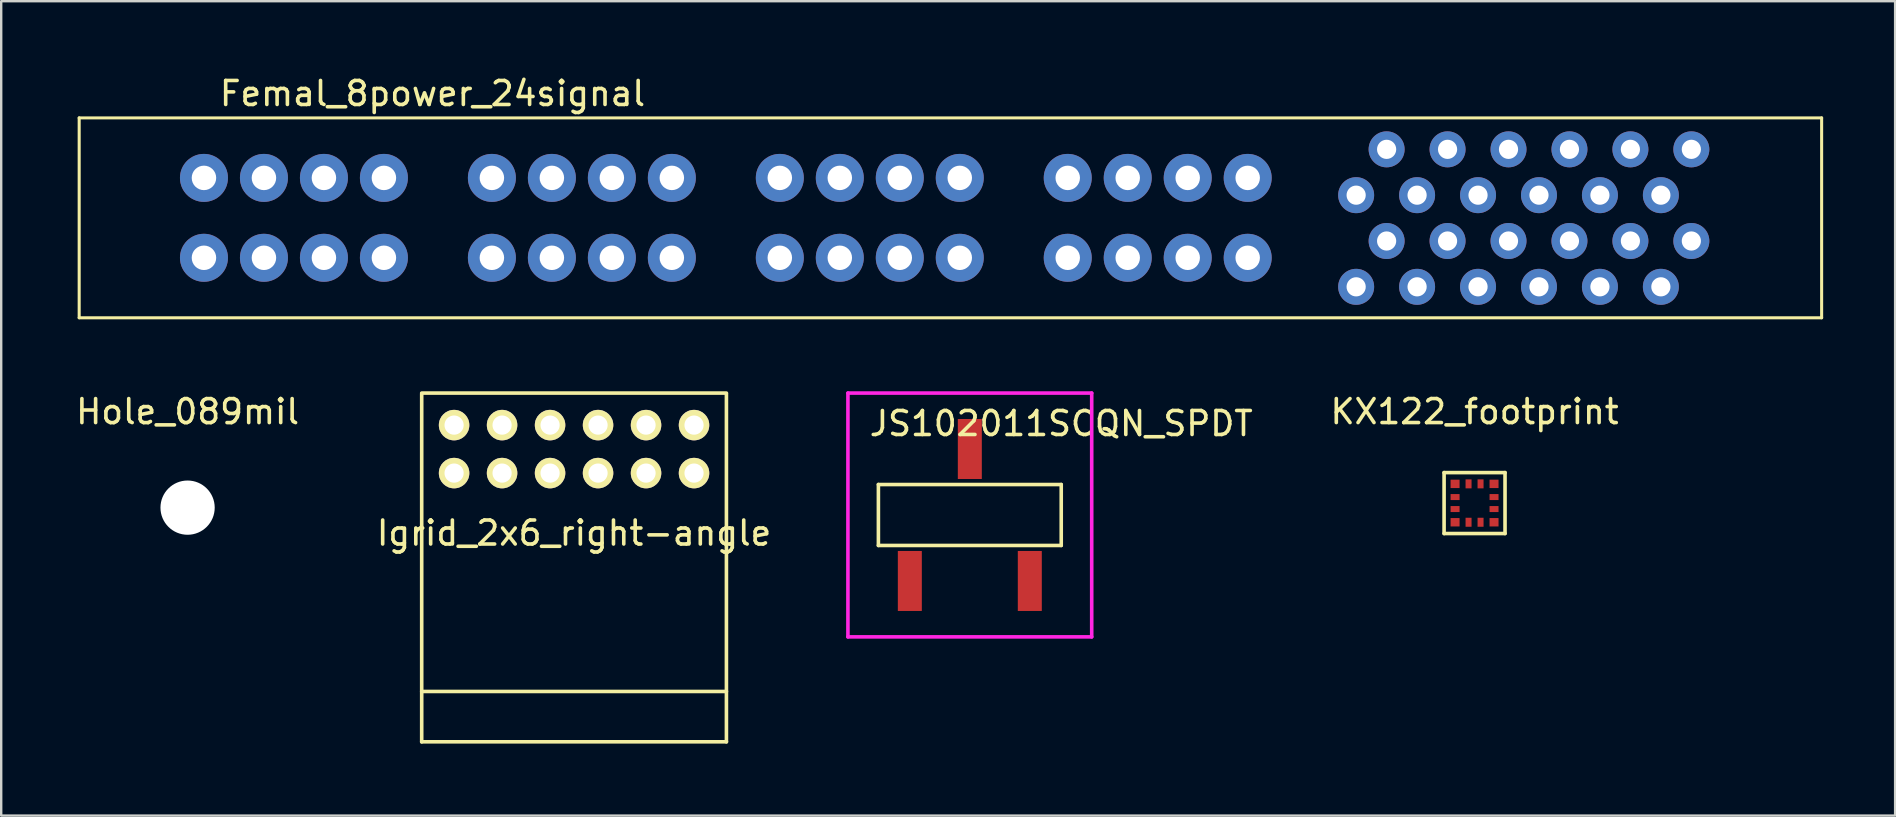
<source format=kicad_pcb>
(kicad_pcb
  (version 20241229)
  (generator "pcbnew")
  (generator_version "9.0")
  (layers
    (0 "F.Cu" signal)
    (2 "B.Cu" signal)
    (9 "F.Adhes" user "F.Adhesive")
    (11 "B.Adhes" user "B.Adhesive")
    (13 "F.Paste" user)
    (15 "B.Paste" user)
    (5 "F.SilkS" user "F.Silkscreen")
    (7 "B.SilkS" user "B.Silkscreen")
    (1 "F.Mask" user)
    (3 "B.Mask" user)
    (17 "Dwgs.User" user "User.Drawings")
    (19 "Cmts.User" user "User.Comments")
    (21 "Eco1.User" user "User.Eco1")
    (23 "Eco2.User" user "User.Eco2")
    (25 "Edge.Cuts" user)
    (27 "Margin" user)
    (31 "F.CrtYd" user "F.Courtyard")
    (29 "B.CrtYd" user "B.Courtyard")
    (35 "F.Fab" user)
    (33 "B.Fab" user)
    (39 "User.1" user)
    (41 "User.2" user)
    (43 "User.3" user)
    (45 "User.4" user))
  (footprint "Femal_8power_24signal"
    (layer "F.Cu")
    (at 0.25 1.864)
    (property "Reference" "Femal_8power_24signal" (at 14.725 -1.016 0) (layer "F.SilkS") (effects (font (size 1 1) (thickness 0.15))))
    (attr through_hole)
    (fp_line (start 0 0) (end 0 8.33) (stroke (width 0.127) (type solid)) (layer "F.SilkS"))
    (fp_line (start 0 0) (end 72.62 0) (stroke (width 0.127) (type solid)) (layer "F.SilkS"))
    (fp_line (start 0 8.33) (end 72.62 8.33) (stroke (width 0.127) (type solid)) (layer "F.SilkS"))
    (fp_line (start 72.62 0) (end 72.62 8.33) (stroke (width 0.127) (type solid)) (layer "F.SilkS"))
    (pad "1" thru_hole circle (at 67.19 1.31) (size 1.5 1.5) (drill 0.8) (layers "*.Cu" "*.Mask"))
    (pad "2" thru_hole circle (at 65.92 3.22) (size 1.5 1.5) (drill 0.8) (layers "*.Cu" "*.Mask"))
    (pad "3" thru_hole circle (at 64.65 1.31) (size 1.5 1.5) (drill 0.8) (layers "*.Cu" "*.Mask"))
    (pad "4" thru_hole circle (at 63.38 3.22) (size 1.5 1.5) (drill 0.8) (layers "*.Cu" "*.Mask"))
    (pad "5" thru_hole circle (at 62.11 1.31) (size 1.5 1.5) (drill 0.8) (layers "*.Cu" "*.Mask"))
    (pad "6" thru_hole circle (at 60.84 3.22) (size 1.5 1.5) (drill 0.8) (layers "*.Cu" "*.Mask"))
    (pad "7" thru_hole circle (at 59.57 1.31) (size 1.5 1.5) (drill 0.8) (layers "*.Cu" "*.Mask"))
    (pad "8" thru_hole circle (at 58.3 3.22) (size 1.5 1.5) (drill 0.8) (layers "*.Cu" "*.Mask"))
    (pad "9" thru_hole circle (at 57.03 1.31) (size 1.5 1.5) (drill 0.8) (layers "*.Cu" "*.Mask"))
    (pad "10" thru_hole circle (at 55.76 3.22) (size 1.5 1.5) (drill 0.8) (layers "*.Cu" "*.Mask"))
    (pad "11" thru_hole circle (at 54.49 1.31) (size 1.5 1.5) (drill 0.8) (layers "*.Cu" "*.Mask"))
    (pad "12" thru_hole circle (at 53.22 3.22) (size 1.5 1.5) (drill 0.8) (layers "*.Cu" "*.Mask"))
    (pad "13" thru_hole circle (at 67.19 5.13) (size 1.5 1.5) (drill 0.8) (layers "*.Cu" "*.Mask"))
    (pad "14" thru_hole circle (at 65.92 7.04) (size 1.5 1.5) (drill 0.8) (layers "*.Cu" "*.Mask"))
    (pad "15" thru_hole circle (at 64.65 5.13) (size 1.5 1.5) (drill 0.8) (layers "*.Cu" "*.Mask"))
    (pad "16" thru_hole circle (at 63.38 7.04) (size 1.5 1.5) (drill 0.8) (layers "*.Cu" "*.Mask"))
    (pad "17" thru_hole circle (at 62.11 5.13) (size 1.5 1.5) (drill 0.8) (layers "*.Cu" "*.Mask"))
    (pad "18" thru_hole circle (at 60.84 7.04) (size 1.5 1.5) (drill 0.8) (layers "*.Cu" "*.Mask"))
    (pad "19" thru_hole circle (at 59.57 5.13) (size 1.5 1.5) (drill 0.8) (layers "*.Cu" "*.Mask"))
    (pad "20" thru_hole circle (at 58.3 7.04) (size 1.5 1.5) (drill 0.8) (layers "*.Cu" "*.Mask"))
    (pad "21" thru_hole circle (at 57.03 5.13) (size 1.5 1.5) (drill 0.8) (layers "*.Cu" "*.Mask"))
    (pad "22" thru_hole circle (at 55.76 7.04) (size 1.5 1.5) (drill 0.8) (layers "*.Cu" "*.Mask"))
    (pad "23" thru_hole circle (at 54.49 5.13) (size 1.5 1.5) (drill 0.8) (layers "*.Cu" "*.Mask"))
    (pad "24" thru_hole circle (at 53.22 7.04) (size 1.5 1.5) (drill 0.8) (layers "*.Cu" "*.Mask"))
    (pad "25" thru_hole circle (at 41.2 2.5) (size 2 2) (drill 1.02) (layers "*.Cu" "*.Mask"))
    (pad "25" thru_hole circle (at 43.7 2.5) (size 2 2) (drill 1.02) (layers "*.Cu" "*.Mask"))
    (pad "25" thru_hole circle (at 46.2 2.5) (size 2 2) (drill 1.02) (layers "*.Cu" "*.Mask"))
    (pad "25" thru_hole circle (at 48.7 2.5 90) (size 2 2) (drill 1.02) (layers "*.Cu" "*.Mask"))
    (pad "26" thru_hole circle (at 29.2 2.5) (size 2 2) (drill 1.02) (layers "*.Cu" "*.Mask"))
    (pad "26" thru_hole circle (at 31.7 2.5) (size 2 2) (drill 1.02) (layers "*.Cu" "*.Mask"))
    (pad "26" thru_hole circle (at 34.2 2.5) (size 2 2) (drill 1.02) (layers "*.Cu" "*.Mask"))
    (pad "26" thru_hole circle (at 36.7 2.5) (size 2 2) (drill 1.02) (layers "*.Cu" "*.Mask"))
    (pad "27" thru_hole circle (at 17.2 2.5) (size 2 2) (drill 1.02) (layers "*.Cu" "*.Mask"))
    (pad "27" thru_hole circle (at 19.7 2.5) (size 2 2) (drill 1.02) (layers "*.Cu" "*.Mask"))
    (pad "27" thru_hole circle (at 22.2 2.5) (size 2 2) (drill 1.02) (layers "*.Cu" "*.Mask"))
    (pad "27" thru_hole circle (at 24.7 2.5) (size 2 2) (drill 1.02) (layers "*.Cu" "*.Mask"))
    (pad "28" thru_hole circle (at 5.2 2.5) (size 2 2) (drill 1.02) (layers "*.Cu" "*.Mask"))
    (pad "28" thru_hole circle (at 7.7 2.5) (size 2 2) (drill 1.02) (layers "*.Cu" "*.Mask"))
    (pad "28" thru_hole circle (at 10.2 2.5) (size 2 2) (drill 1.02) (layers "*.Cu" "*.Mask"))
    (pad "28" thru_hole circle (at 12.7 2.5) (size 2 2) (drill 1.02) (layers "*.Cu" "*.Mask"))
    (pad "29" thru_hole circle (at 41.2 5.83) (size 2 2) (drill 1.02) (layers "*.Cu" "*.Mask"))
    (pad "29" thru_hole circle (at 43.7 5.83) (size 2 2) (drill 1.02) (layers "*.Cu" "*.Mask"))
    (pad "29" thru_hole circle (at 46.2 5.83) (size 2 2) (drill 1.02) (layers "*.Cu" "*.Mask"))
    (pad "29" thru_hole circle (at 48.7 5.83) (size 2 2) (drill 1.02) (layers "*.Cu" "*.Mask"))
    (pad "30" thru_hole circle (at 29.2 5.83) (size 2 2) (drill 1.02) (layers "*.Cu" "*.Mask"))
    (pad "30" thru_hole circle (at 31.7 5.83) (size 2 2) (drill 1.02) (layers "*.Cu" "*.Mask"))
    (pad "30" thru_hole circle (at 34.2 5.83) (size 2 2) (drill 1.02) (layers "*.Cu" "*.Mask"))
    (pad "30" thru_hole circle (at 36.7 5.83) (size 2 2) (drill 1.02) (layers "*.Cu" "*.Mask"))
    (pad "31" thru_hole circle (at 17.2 5.83) (size 2 2) (drill 1.02) (layers "*.Cu" "*.Mask"))
    (pad "31" thru_hole circle (at 19.7 5.83) (size 2 2) (drill 1.02) (layers "*.Cu" "*.Mask"))
    (pad "31" thru_hole circle (at 22.2 5.83) (size 2 2) (drill 1.02) (layers "*.Cu" "*.Mask"))
    (pad "31" thru_hole circle (at 24.7 5.83) (size 2 2) (drill 1.02) (layers "*.Cu" "*.Mask"))
    (pad "32" thru_hole circle (at 5.2 5.83) (size 2 2) (drill 1.02) (layers "*.Cu" "*.Mask"))
    (pad "32" thru_hole circle (at 7.7 5.83) (size 2 2) (drill 1.02) (layers "*.Cu" "*.Mask"))
    (pad "32" thru_hole circle (at 10.2 5.83) (size 2 2) (drill 1.02) (layers "*.Cu" "*.Mask"))
    (pad "32" thru_hole circle (at 12.7 5.83) (size 2 2) (drill 1.02) (layers "*.Cu" "*.Mask")))
  (footprint "JS102011SCQN_SPDT"
    (layer "F.Cu")
    (at 37.369 18.413)
    (property "Reference" "JS102011SCQN_SPDT" (at 3.81 -3.81 0) (layer "F.SilkS") (effects (font (size 1 1) (thickness 0.15))))
    (attr through_hole)
    (fp_line (start -3.81 -1.27) (end 3.81 -1.27) (stroke (width 0.15) (type solid)) (layer "F.SilkS"))
    (fp_line (start -3.81 1.27) (end -3.81 -1.27) (stroke (width 0.15) (type solid)) (layer "F.SilkS"))
    (fp_line (start 3.81 -1.27) (end 3.81 1.27) (stroke (width 0.15) (type solid)) (layer "F.SilkS"))
    (fp_line (start 3.81 1.27) (end -3.81 1.27) (stroke (width 0.15) (type solid)) (layer "F.SilkS"))
    (fp_line (start -5.08 -5.08) (end 5.08 -5.08) (stroke (width 0.15) (type solid)) (layer "F.CrtYd"))
    (fp_line (start -5.08 5.08) (end -5.08 -5.08) (stroke (width 0.15) (type solid)) (layer "F.CrtYd"))
    (fp_line (start 5.08 -5.08) (end 5.08 5.08) (stroke (width 0.15) (type solid)) (layer "F.CrtYd"))
    (fp_line (start 5.08 5.08) (end -5.08 5.08) (stroke (width 0.15) (type solid)) (layer "F.CrtYd"))
    (pad "1" smd rect (at -2.5 2.75) (size 1 2.5) (layers "F.Cu" "F.Mask" "F.Paste"))
    (pad "2" smd rect (at 0 -2.75) (size 1 2.5) (layers "F.Cu" "F.Mask" "F.Paste"))
    (pad "3" smd rect (at 2.5 2.75) (size 1 2.5) (layers "F.Cu" "F.Mask" "F.Paste")))
  (footprint "Hole_089mil"
    (layer "F.Cu")
    (at 4.768 18.107)
    (property "Reference" "Hole_089mil" (at 0 -4 0) (layer "F.SilkS") (effects (font (size 1 1) (thickness 0.15))))
    (attr through_hole)
    (pad "" np_thru_hole circle (at 0 0) (size 2.261 2.261) (drill 2.261) (layers "*.Cu" "*.Mask")))
  (footprint "KX122_footprint"
    (layer "F.Cu")
    (at 58.405 17.916)
    (property "Reference" "KX122_footprint" (at 0 -3.81 0) (layer "F.SilkS") (effects (font (size 1 1) (thickness 0.15))))
    (attr through_hole)
    (fp_line (start -1.27 -1.27) (end 1.27 -1.27) (stroke (width 0.15) (type solid)) (layer "F.SilkS"))
    (fp_line (start -1.27 1.27) (end -1.27 -1.27) (stroke (width 0.15) (type solid)) (layer "F.SilkS"))
    (fp_line (start 1.27 -1.27) (end 1.27 1.27) (stroke (width 0.15) (type solid)) (layer "F.SilkS"))
    (fp_line (start 1.27 1.27) (end -1.27 1.27) (stroke (width 0.15) (type solid)) (layer "F.SilkS"))
    (pad "1" smd rect (at 0.812 -0.8) (size 0.375 0.35) (layers "F.Cu" "F.Mask" "F.Paste" "Eco2.User"))
    (pad "2" smd rect (at 0.812 -0.25) (size 0.375 0.25) (layers "F.Cu" "F.Mask" "F.Paste" "Eco2.User"))
    (pad "3" smd rect (at 0.812 0.25) (size 0.375 0.25) (layers "F.Cu" "F.Mask" "F.Paste" "Eco2.User"))
    (pad "4" smd rect (at 0.812 0.8) (size 0.375 0.35) (layers "F.Cu" "F.Mask" "F.Paste" "Eco2.User"))
    (pad "5" smd rect (at 0.25 0.8) (size 0.25 0.375) (layers "F.Cu" "F.Mask" "F.Paste" "Eco2.User"))
    (pad "6" smd rect (at -0.25 0.8) (size 0.25 0.375) (layers "F.Cu" "F.Mask" "F.Paste" "Eco2.User"))
    (pad "7" smd rect (at -0.812 0.8) (size 0.375 0.35) (layers "F.Cu" "F.Mask" "F.Paste" "Eco2.User"))
    (pad "8" smd rect (at -0.812 0.25) (size 0.375 0.25) (layers "F.Cu" "F.Mask" "F.Paste" "Eco2.User"))
    (pad "9" smd rect (at -0.812 -0.25) (size 0.375 0.25) (layers "F.Cu" "F.Mask" "F.Paste" "Eco2.User"))
    (pad "10" smd rect (at -0.812 -0.8) (size 0.375 0.35) (layers "F.Cu" "F.Mask" "F.Paste" "Eco2.User"))
    (pad "11" smd rect (at -0.25 -0.8) (size 0.25 0.375) (layers "F.Cu" "F.Mask" "F.Paste" "Eco2.User"))
    (pad "12" smd rect (at 0.25 -0.8) (size 0.25 0.375) (layers "F.Cu" "F.Mask" "F.Paste" "Eco2.User")))
  (footprint "Igrid_2x6_right-angle"
    (layer "F.Cu")
    (at 20.875 18.667)
    (property "Reference" "Igrid_2x6_right-angle" (at 0 0.5 0) (layer "F.SilkS") (effects (font (size 1 1) (thickness 0.15))))
    (attr through_hole)
    (fp_line (start -6.35 -5.334) (end 6.35 -5.334) (stroke (width 0.15) (type solid)) (layer "F.SilkS"))
    (fp_line (start -6.35 9.2) (end -6.35 -5.3) (stroke (width 0.15) (type solid)) (layer "F.SilkS"))
    (fp_line (start -6.35 9.2) (end 6.35 9.2) (stroke (width 0.15) (type solid)) (layer "F.SilkS"))
    (fp_line (start 6.35 7.1) (end -6.35 7.1) (stroke (width 0.15) (type solid)) (layer "F.SilkS"))
    (fp_line (start 6.35 9.2) (end 6.35 -5.3) (stroke (width 0.15) (type solid)) (layer "F.SilkS"))
    (pad "1" thru_hole circle (at 5 -2) (size 1.27 1.27) (drill 0.8) (layers "*.Cu" "*.Mask" "F.SilkS"))
    (pad "2" thru_hole circle (at 5 -4) (size 1.27 1.27) (drill 0.8) (layers "*.Cu" "*.Mask" "F.SilkS"))
    (pad "3" thru_hole circle (at 3 -2) (size 1.27 1.27) (drill 0.8) (layers "*.Cu" "*.Mask" "F.SilkS"))
    (pad "4" thru_hole circle (at 3 -4) (size 1.27 1.27) (drill 0.8) (layers "*.Cu" "*.Mask" "F.SilkS"))
    (pad "5" thru_hole circle (at 1 -2) (size 1.27 1.27) (drill 0.8) (layers "*.Cu" "*.Mask" "F.SilkS"))
    (pad "6" thru_hole circle (at 1 -4) (size 1.27 1.27) (drill 0.8) (layers "*.Cu" "*.Mask" "F.SilkS"))
    (pad "7" thru_hole circle (at -1 -2) (size 1.27 1.27) (drill 0.8) (layers "*.Cu" "*.Mask" "F.SilkS"))
    (pad "8" thru_hole circle (at -1 -4) (size 1.27 1.27) (drill 0.8) (layers "*.Cu" "*.Mask" "F.SilkS"))
    (pad "9" thru_hole circle (at -3 -2) (size 1.27 1.27) (drill 0.8) (layers "*.Cu" "*.Mask" "F.SilkS"))
    (pad "10" thru_hole circle (at -3 -4) (size 1.27 1.27) (drill 0.8) (layers "*.Cu" "*.Mask" "F.SilkS"))
    (pad "11" thru_hole circle (at -5 -2) (size 1.27 1.27) (drill 0.8) (layers "*.Cu" "*.Mask" "F.SilkS"))
    (pad "12" thru_hole circle (at -5 -4) (size 1.27 1.27) (drill 0.8) (layers "*.Cu" "*.Mask" "F.SilkS")))
  (gr_rect
    (start -3 -3)
    (end 75.933 30.942)
    (stroke (width 0.1) (type default))
    (fill no)
    (layer "Edge.Cuts")))
</source>
